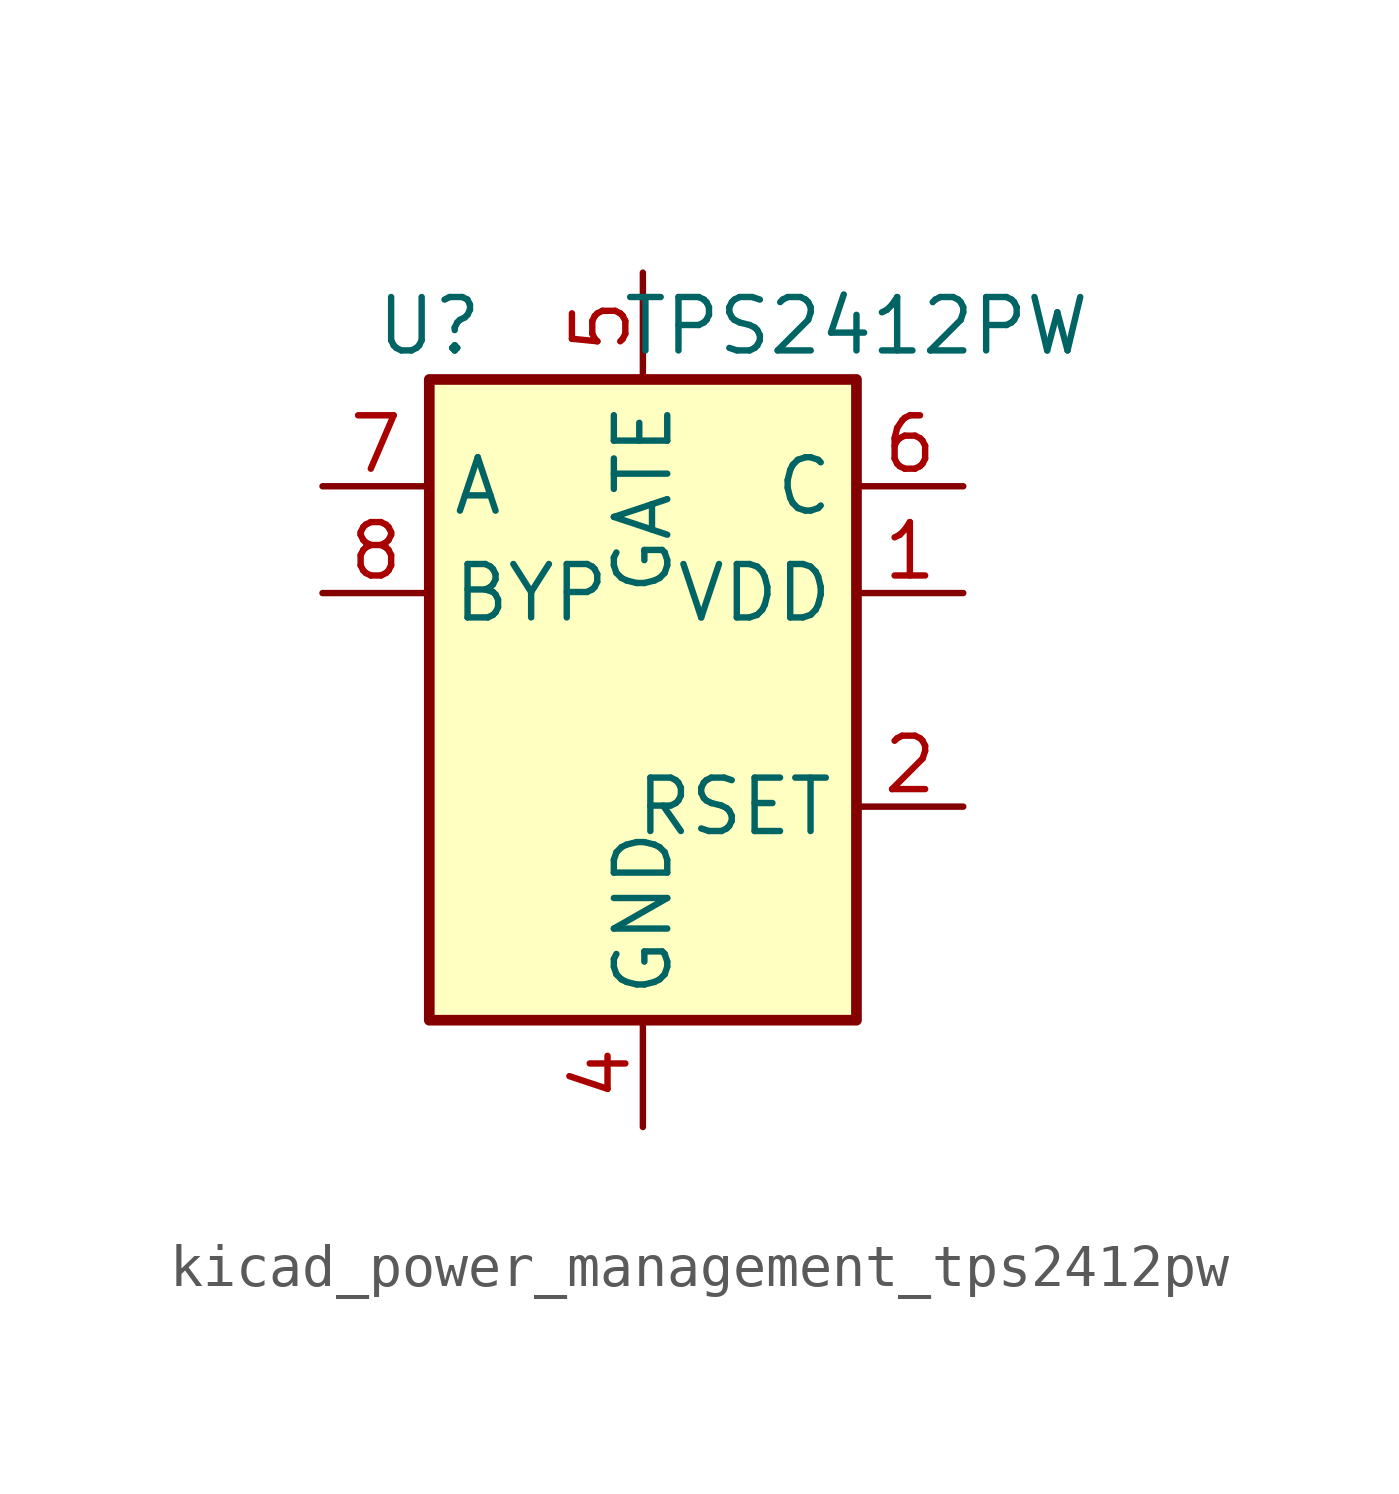
<source format=kicad_sym>
(kicad_symbol_lib
  (version 20220914)
  (generator kicad_symbol_editor)
  (symbol "kicad_power_management_tps2412pw"
    (property "Reference" "U"
      (at -5.08 8.89 0)
      (effects (font (size 1.27 1.27))))
    (property "Value" "TPS2412PW"
      (at 5.08 8.89 0)
      (effects (font (size 1.27 1.27))))
    (symbol "kicad_power_management_tps2412pw_0_1"
      (rectangle (start -5.08 7.62) (end 5.08 -7.62) (stroke (width 0.254) (type default)) (fill (type background))))
    (symbol "kicad_power_management_tps2412pw_1_1"
      (pin power_in line (at 7.62 2.54 180) (length 2.54) (name "VDD" (effects (font (size 1.27 1.27)))) (number "1" (effects (font (size 1.27 1.27)))))
      (pin passive line (at 7.62 -2.54 180) (length 2.54) (name "RSET" (effects (font (size 1.27 1.27)))) (number "2" (effects (font (size 1.27 1.27)))))
      (pin passive line (at 0 -10.16 90) (length 2.54) hide (name "GND" (effects (font (size 1.27 1.27)))) (number "3" (effects (font (size 1.27 1.27)))))
      (pin power_in line (at 0 -10.16 90) (length 2.54) (name "GND" (effects (font (size 1.27 1.27)))) (number "4" (effects (font (size 1.27 1.27)))))
      (pin output line (at 0 10.16 270) (length 2.54) (name "GATE" (effects (font (size 1.27 1.27)))) (number "5" (effects (font (size 1.27 1.27)))))
      (pin input line (at 7.62 5.08 180) (length 2.54) (name "C" (effects (font (size 1.27 1.27)))) (number "6" (effects (font (size 1.27 1.27)))))
      (pin input line (at -7.62 5.08 0) (length 2.54) (name "A" (effects (font (size 1.27 1.27)))) (number "7" (effects (font (size 1.27 1.27)))))
      (pin passive line (at -7.62 2.54 0) (length 2.54) (name "BYP" (effects (font (size 1.27 1.27)))) (number "8" (effects (font (size 1.27 1.27))))))))
</source>
